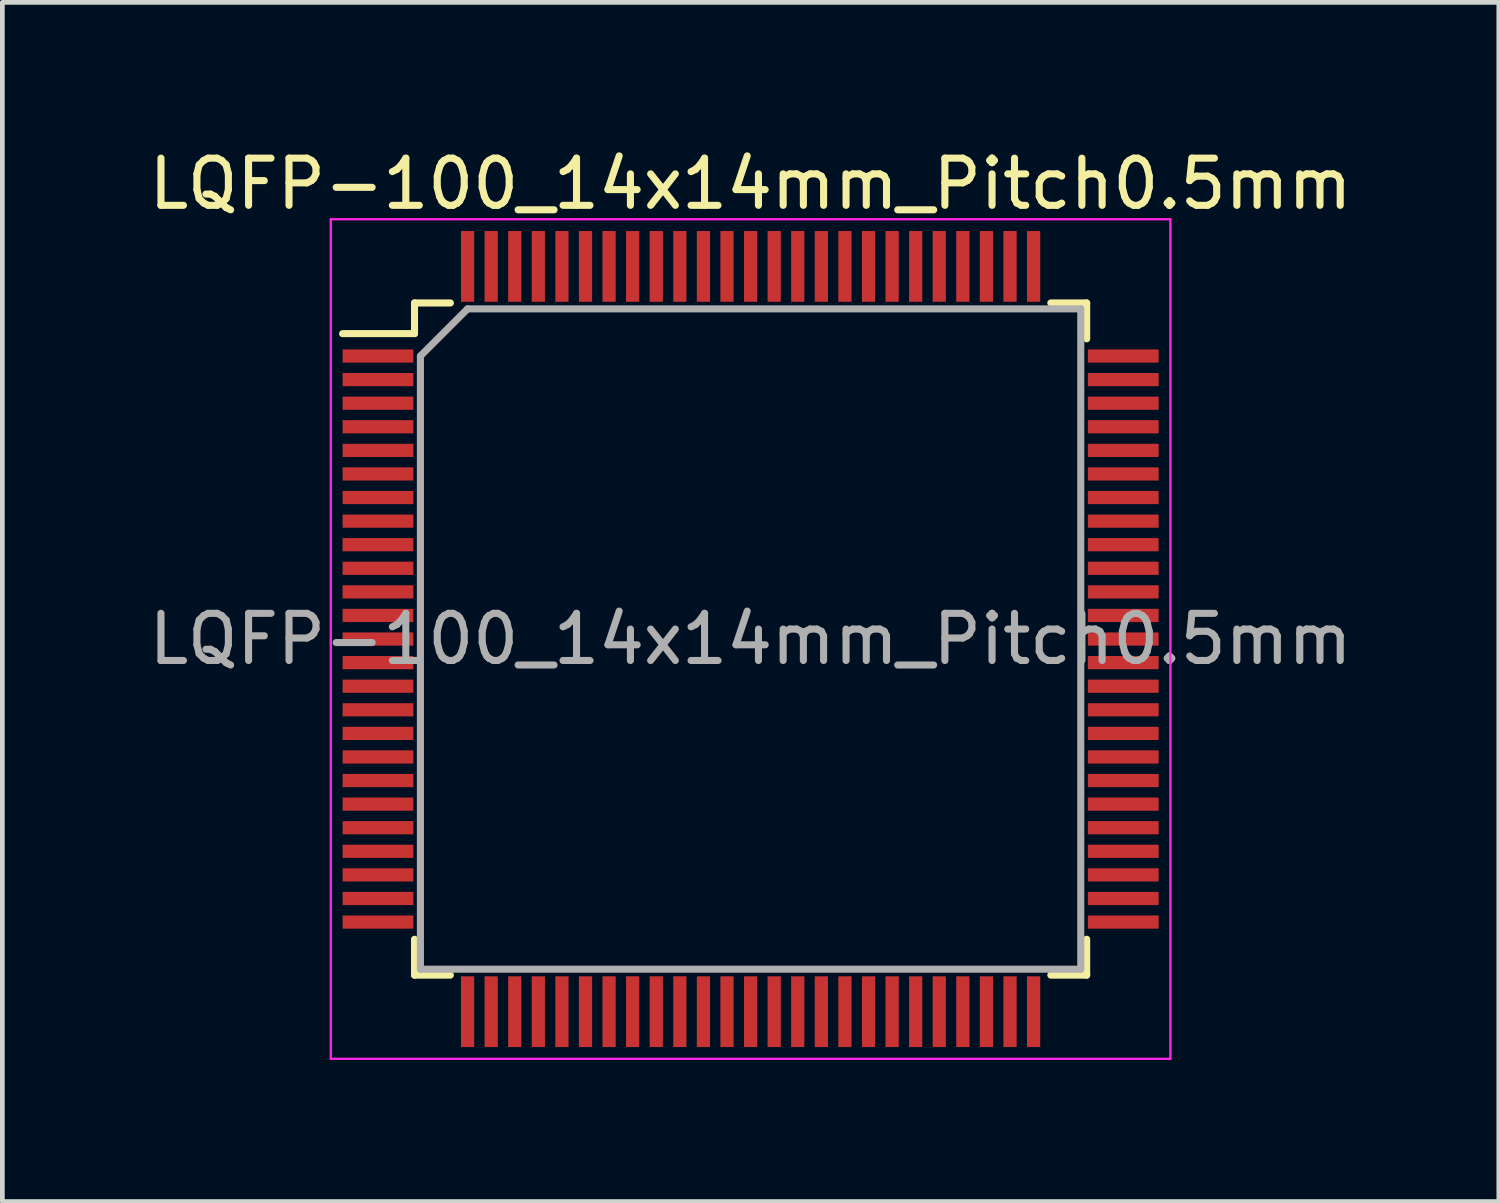
<source format=kicad_pcb>
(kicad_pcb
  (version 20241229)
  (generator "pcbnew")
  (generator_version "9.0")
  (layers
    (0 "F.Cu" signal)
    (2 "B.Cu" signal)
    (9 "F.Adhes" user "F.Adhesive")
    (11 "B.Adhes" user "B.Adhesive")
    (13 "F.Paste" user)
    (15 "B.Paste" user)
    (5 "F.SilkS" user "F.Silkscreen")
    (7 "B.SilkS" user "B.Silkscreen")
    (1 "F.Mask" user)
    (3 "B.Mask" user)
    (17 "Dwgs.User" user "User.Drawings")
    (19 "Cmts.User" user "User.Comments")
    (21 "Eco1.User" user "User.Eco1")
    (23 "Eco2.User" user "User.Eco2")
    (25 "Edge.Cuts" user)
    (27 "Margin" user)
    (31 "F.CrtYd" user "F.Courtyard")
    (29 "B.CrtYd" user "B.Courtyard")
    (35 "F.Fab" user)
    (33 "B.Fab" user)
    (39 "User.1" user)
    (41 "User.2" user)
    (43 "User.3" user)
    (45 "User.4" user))
  (footprint "LQFP-100_14x14mm_Pitch0.5mm"
    (layer "F.Cu")
    (at 12.863 10.498)
    (property "Reference" "LQFP-100_14x14mm_Pitch0.5mm" (at 0 -9.65 0) (layer "F.SilkS") (effects (font (size 1 1) (thickness 0.15))))
    (attr smd)
    (fp_line (start -7.125 -7.125) (end -7.125 -6.475) (stroke (width 0.15) (type solid)) (layer "F.SilkS"))
    (fp_line (start -7.125 -7.125) (end -6.365 -7.125) (stroke (width 0.15) (type solid)) (layer "F.SilkS"))
    (fp_line (start -7.125 -6.475) (end -8.65 -6.475) (stroke (width 0.15) (type solid)) (layer "F.SilkS"))
    (fp_line (start -7.125 7.125) (end -7.125 6.365) (stroke (width 0.15) (type solid)) (layer "F.SilkS"))
    (fp_line (start -7.125 7.125) (end -6.365 7.125) (stroke (width 0.15) (type solid)) (layer "F.SilkS"))
    (fp_line (start 7.125 -7.125) (end 6.365 -7.125) (stroke (width 0.15) (type solid)) (layer "F.SilkS"))
    (fp_line (start 7.125 -7.125) (end 7.125 -6.365) (stroke (width 0.15) (type solid)) (layer "F.SilkS"))
    (fp_line (start 7.125 7.125) (end 6.365 7.125) (stroke (width 0.15) (type solid)) (layer "F.SilkS"))
    (fp_line (start 7.125 7.125) (end 7.125 6.365) (stroke (width 0.15) (type solid)) (layer "F.SilkS"))
    (fp_line (start -8.9 -8.9) (end -8.9 8.9) (stroke (width 0.05) (type solid)) (layer "F.CrtYd"))
    (fp_line (start -8.9 -8.9) (end 8.9 -8.9) (stroke (width 0.05) (type solid)) (layer "F.CrtYd"))
    (fp_line (start -8.9 8.9) (end 8.9 8.9) (stroke (width 0.05) (type solid)) (layer "F.CrtYd"))
    (fp_line (start 8.9 -8.9) (end 8.9 8.9) (stroke (width 0.05) (type solid)) (layer "F.CrtYd"))
    (fp_line (start -7 -6) (end -6 -7) (stroke (width 0.15) (type solid)) (layer "F.Fab"))
    (fp_line (start -7 7) (end -7 -6) (stroke (width 0.15) (type solid)) (layer "F.Fab"))
    (fp_line (start -6 -7) (end 7 -7) (stroke (width 0.15) (type solid)) (layer "F.Fab"))
    (fp_line (start 7 -7) (end 7 7) (stroke (width 0.15) (type solid)) (layer "F.Fab"))
    (fp_line (start 7 7) (end -7 7) (stroke (width 0.15) (type solid)) (layer "F.Fab"))
    (fp_text user "${REFERENCE}" (at 0 0 0) (layer "F.Fab") (effects (font (size 1 1) (thickness 0.15))))
    (pad "1" smd rect (at -7.9 -6) (size 1.5 0.28) (layers "F.Cu" "F.Mask" "F.Paste"))
    (pad "2" smd rect (at -7.9 -5.5) (size 1.5 0.28) (layers "F.Cu" "F.Mask" "F.Paste"))
    (pad "3" smd rect (at -7.9 -5) (size 1.5 0.28) (layers "F.Cu" "F.Mask" "F.Paste"))
    (pad "4" smd rect (at -7.9 -4.5) (size 1.5 0.28) (layers "F.Cu" "F.Mask" "F.Paste"))
    (pad "5" smd rect (at -7.9 -4) (size 1.5 0.28) (layers "F.Cu" "F.Mask" "F.Paste"))
    (pad "6" smd rect (at -7.9 -3.5) (size 1.5 0.28) (layers "F.Cu" "F.Mask" "F.Paste"))
    (pad "7" smd rect (at -7.9 -3) (size 1.5 0.28) (layers "F.Cu" "F.Mask" "F.Paste"))
    (pad "8" smd rect (at -7.9 -2.5) (size 1.5 0.28) (layers "F.Cu" "F.Mask" "F.Paste"))
    (pad "9" smd rect (at -7.9 -2) (size 1.5 0.28) (layers "F.Cu" "F.Mask" "F.Paste"))
    (pad "10" smd rect (at -7.9 -1.5) (size 1.5 0.28) (layers "F.Cu" "F.Mask" "F.Paste"))
    (pad "11" smd rect (at -7.9 -1) (size 1.5 0.28) (layers "F.Cu" "F.Mask" "F.Paste"))
    (pad "12" smd rect (at -7.9 -0.5) (size 1.5 0.28) (layers "F.Cu" "F.Mask" "F.Paste"))
    (pad "13" smd rect (at -7.9 0) (size 1.5 0.28) (layers "F.Cu" "F.Mask" "F.Paste"))
    (pad "14" smd rect (at -7.9 0.5) (size 1.5 0.28) (layers "F.Cu" "F.Mask" "F.Paste"))
    (pad "15" smd rect (at -7.9 1) (size 1.5 0.28) (layers "F.Cu" "F.Mask" "F.Paste"))
    (pad "16" smd rect (at -7.9 1.5) (size 1.5 0.28) (layers "F.Cu" "F.Mask" "F.Paste"))
    (pad "17" smd rect (at -7.9 2) (size 1.5 0.28) (layers "F.Cu" "F.Mask" "F.Paste"))
    (pad "18" smd rect (at -7.9 2.5) (size 1.5 0.28) (layers "F.Cu" "F.Mask" "F.Paste"))
    (pad "19" smd rect (at -7.9 3) (size 1.5 0.28) (layers "F.Cu" "F.Mask" "F.Paste"))
    (pad "20" smd rect (at -7.9 3.5) (size 1.5 0.28) (layers "F.Cu" "F.Mask" "F.Paste"))
    (pad "21" smd rect (at -7.9 4) (size 1.5 0.28) (layers "F.Cu" "F.Mask" "F.Paste"))
    (pad "22" smd rect (at -7.9 4.5) (size 1.5 0.28) (layers "F.Cu" "F.Mask" "F.Paste"))
    (pad "23" smd rect (at -7.9 5) (size 1.5 0.28) (layers "F.Cu" "F.Mask" "F.Paste"))
    (pad "24" smd rect (at -7.9 5.5) (size 1.5 0.28) (layers "F.Cu" "F.Mask" "F.Paste"))
    (pad "25" smd rect (at -7.9 6) (size 1.5 0.28) (layers "F.Cu" "F.Mask" "F.Paste"))
    (pad "26" smd rect (at -6 7.9 90) (size 1.5 0.28) (layers "F.Cu" "F.Mask" "F.Paste"))
    (pad "27" smd rect (at -5.5 7.9 90) (size 1.5 0.28) (layers "F.Cu" "F.Mask" "F.Paste"))
    (pad "28" smd rect (at -5 7.9 90) (size 1.5 0.28) (layers "F.Cu" "F.Mask" "F.Paste"))
    (pad "29" smd rect (at -4.5 7.9 90) (size 1.5 0.28) (layers "F.Cu" "F.Mask" "F.Paste"))
    (pad "30" smd rect (at -4 7.9 90) (size 1.5 0.28) (layers "F.Cu" "F.Mask" "F.Paste"))
    (pad "31" smd rect (at -3.5 7.9 90) (size 1.5 0.28) (layers "F.Cu" "F.Mask" "F.Paste"))
    (pad "32" smd rect (at -3 7.9 90) (size 1.5 0.28) (layers "F.Cu" "F.Mask" "F.Paste"))
    (pad "33" smd rect (at -2.5 7.9 90) (size 1.5 0.28) (layers "F.Cu" "F.Mask" "F.Paste"))
    (pad "34" smd rect (at -2 7.9 90) (size 1.5 0.28) (layers "F.Cu" "F.Mask" "F.Paste"))
    (pad "35" smd rect (at -1.5 7.9 90) (size 1.5 0.28) (layers "F.Cu" "F.Mask" "F.Paste"))
    (pad "36" smd rect (at -1 7.9 90) (size 1.5 0.28) (layers "F.Cu" "F.Mask" "F.Paste"))
    (pad "37" smd rect (at -0.5 7.9 90) (size 1.5 0.28) (layers "F.Cu" "F.Mask" "F.Paste"))
    (pad "38" smd rect (at 0 7.9 90) (size 1.5 0.28) (layers "F.Cu" "F.Mask" "F.Paste"))
    (pad "39" smd rect (at 0.5 7.9 90) (size 1.5 0.28) (layers "F.Cu" "F.Mask" "F.Paste"))
    (pad "40" smd rect (at 1 7.9 90) (size 1.5 0.28) (layers "F.Cu" "F.Mask" "F.Paste"))
    (pad "41" smd rect (at 1.5 7.9 90) (size 1.5 0.28) (layers "F.Cu" "F.Mask" "F.Paste"))
    (pad "42" smd rect (at 2 7.9 90) (size 1.5 0.28) (layers "F.Cu" "F.Mask" "F.Paste"))
    (pad "43" smd rect (at 2.5 7.9 90) (size 1.5 0.28) (layers "F.Cu" "F.Mask" "F.Paste"))
    (pad "44" smd rect (at 3 7.9 90) (size 1.5 0.28) (layers "F.Cu" "F.Mask" "F.Paste"))
    (pad "45" smd rect (at 3.5 7.9 90) (size 1.5 0.28) (layers "F.Cu" "F.Mask" "F.Paste"))
    (pad "46" smd rect (at 4 7.9 90) (size 1.5 0.28) (layers "F.Cu" "F.Mask" "F.Paste"))
    (pad "47" smd rect (at 4.5 7.9 90) (size 1.5 0.28) (layers "F.Cu" "F.Mask" "F.Paste"))
    (pad "48" smd rect (at 5 7.9 90) (size 1.5 0.28) (layers "F.Cu" "F.Mask" "F.Paste"))
    (pad "49" smd rect (at 5.5 7.9 90) (size 1.5 0.28) (layers "F.Cu" "F.Mask" "F.Paste"))
    (pad "50" smd rect (at 6 7.9 90) (size 1.5 0.28) (layers "F.Cu" "F.Mask" "F.Paste"))
    (pad "51" smd rect (at 7.9 6) (size 1.5 0.28) (layers "F.Cu" "F.Mask" "F.Paste"))
    (pad "52" smd rect (at 7.9 5.5) (size 1.5 0.28) (layers "F.Cu" "F.Mask" "F.Paste"))
    (pad "53" smd rect (at 7.9 5) (size 1.5 0.28) (layers "F.Cu" "F.Mask" "F.Paste"))
    (pad "54" smd rect (at 7.9 4.5) (size 1.5 0.28) (layers "F.Cu" "F.Mask" "F.Paste"))
    (pad "55" smd rect (at 7.9 4) (size 1.5 0.28) (layers "F.Cu" "F.Mask" "F.Paste"))
    (pad "56" smd rect (at 7.9 3.5) (size 1.5 0.28) (layers "F.Cu" "F.Mask" "F.Paste"))
    (pad "57" smd rect (at 7.9 3) (size 1.5 0.28) (layers "F.Cu" "F.Mask" "F.Paste"))
    (pad "58" smd rect (at 7.9 2.5) (size 1.5 0.28) (layers "F.Cu" "F.Mask" "F.Paste"))
    (pad "59" smd rect (at 7.9 2) (size 1.5 0.28) (layers "F.Cu" "F.Mask" "F.Paste"))
    (pad "60" smd rect (at 7.9 1.5) (size 1.5 0.28) (layers "F.Cu" "F.Mask" "F.Paste"))
    (pad "61" smd rect (at 7.9 1) (size 1.5 0.28) (layers "F.Cu" "F.Mask" "F.Paste"))
    (pad "62" smd rect (at 7.9 0.5) (size 1.5 0.28) (layers "F.Cu" "F.Mask" "F.Paste"))
    (pad "63" smd rect (at 7.9 0) (size 1.5 0.28) (layers "F.Cu" "F.Mask" "F.Paste"))
    (pad "64" smd rect (at 7.9 -0.5) (size 1.5 0.28) (layers "F.Cu" "F.Mask" "F.Paste"))
    (pad "65" smd rect (at 7.9 -1) (size 1.5 0.28) (layers "F.Cu" "F.Mask" "F.Paste"))
    (pad "66" smd rect (at 7.9 -1.5) (size 1.5 0.28) (layers "F.Cu" "F.Mask" "F.Paste"))
    (pad "67" smd rect (at 7.9 -2) (size 1.5 0.28) (layers "F.Cu" "F.Mask" "F.Paste"))
    (pad "68" smd rect (at 7.9 -2.5) (size 1.5 0.28) (layers "F.Cu" "F.Mask" "F.Paste"))
    (pad "69" smd rect (at 7.9 -3) (size 1.5 0.28) (layers "F.Cu" "F.Mask" "F.Paste"))
    (pad "70" smd rect (at 7.9 -3.5) (size 1.5 0.28) (layers "F.Cu" "F.Mask" "F.Paste"))
    (pad "71" smd rect (at 7.9 -4) (size 1.5 0.28) (layers "F.Cu" "F.Mask" "F.Paste"))
    (pad "72" smd rect (at 7.9 -4.5) (size 1.5 0.28) (layers "F.Cu" "F.Mask" "F.Paste"))
    (pad "73" smd rect (at 7.9 -5) (size 1.5 0.28) (layers "F.Cu" "F.Mask" "F.Paste"))
    (pad "74" smd rect (at 7.9 -5.5) (size 1.5 0.28) (layers "F.Cu" "F.Mask" "F.Paste"))
    (pad "75" smd rect (at 7.9 -6) (size 1.5 0.28) (layers "F.Cu" "F.Mask" "F.Paste"))
    (pad "76" smd rect (at 6 -7.9 90) (size 1.5 0.28) (layers "F.Cu" "F.Mask" "F.Paste"))
    (pad "77" smd rect (at 5.5 -7.9 90) (size 1.5 0.28) (layers "F.Cu" "F.Mask" "F.Paste"))
    (pad "78" smd rect (at 5 -7.9 90) (size 1.5 0.28) (layers "F.Cu" "F.Mask" "F.Paste"))
    (pad "79" smd rect (at 4.5 -7.9 90) (size 1.5 0.28) (layers "F.Cu" "F.Mask" "F.Paste"))
    (pad "80" smd rect (at 4 -7.9 90) (size 1.5 0.28) (layers "F.Cu" "F.Mask" "F.Paste"))
    (pad "81" smd rect (at 3.5 -7.9 90) (size 1.5 0.28) (layers "F.Cu" "F.Mask" "F.Paste"))
    (pad "82" smd rect (at 3 -7.9 90) (size 1.5 0.28) (layers "F.Cu" "F.Mask" "F.Paste"))
    (pad "83" smd rect (at 2.5 -7.9 90) (size 1.5 0.28) (layers "F.Cu" "F.Mask" "F.Paste"))
    (pad "84" smd rect (at 2 -7.9 90) (size 1.5 0.28) (layers "F.Cu" "F.Mask" "F.Paste"))
    (pad "85" smd rect (at 1.5 -7.9 90) (size 1.5 0.28) (layers "F.Cu" "F.Mask" "F.Paste"))
    (pad "86" smd rect (at 1 -7.9 90) (size 1.5 0.28) (layers "F.Cu" "F.Mask" "F.Paste"))
    (pad "87" smd rect (at 0.5 -7.9 90) (size 1.5 0.28) (layers "F.Cu" "F.Mask" "F.Paste"))
    (pad "88" smd rect (at 0 -7.9 90) (size 1.5 0.28) (layers "F.Cu" "F.Mask" "F.Paste"))
    (pad "89" smd rect (at -0.5 -7.9 90) (size 1.5 0.28) (layers "F.Cu" "F.Mask" "F.Paste"))
    (pad "90" smd rect (at -1 -7.9 90) (size 1.5 0.28) (layers "F.Cu" "F.Mask" "F.Paste"))
    (pad "91" smd rect (at -1.5 -7.9 90) (size 1.5 0.28) (layers "F.Cu" "F.Mask" "F.Paste"))
    (pad "92" smd rect (at -2 -7.9 90) (size 1.5 0.28) (layers "F.Cu" "F.Mask" "F.Paste"))
    (pad "93" smd rect (at -2.5 -7.9 90) (size 1.5 0.28) (layers "F.Cu" "F.Mask" "F.Paste"))
    (pad "94" smd rect (at -3 -7.9 90) (size 1.5 0.28) (layers "F.Cu" "F.Mask" "F.Paste"))
    (pad "95" smd rect (at -3.5 -7.9 90) (size 1.5 0.28) (layers "F.Cu" "F.Mask" "F.Paste"))
    (pad "96" smd rect (at -4 -7.9 90) (size 1.5 0.28) (layers "F.Cu" "F.Mask" "F.Paste"))
    (pad "97" smd rect (at -4.5 -7.9 90) (size 1.5 0.28) (layers "F.Cu" "F.Mask" "F.Paste"))
    (pad "98" smd rect (at -5 -7.9 90) (size 1.5 0.28) (layers "F.Cu" "F.Mask" "F.Paste"))
    (pad "99" smd rect (at -5.5 -7.9 90) (size 1.5 0.28) (layers "F.Cu" "F.Mask" "F.Paste"))
    (pad "100" smd rect (at -6 -7.9 90) (size 1.5 0.28) (layers "F.Cu" "F.Mask" "F.Paste")))
  (gr_rect
    (start -3 -3)
    (end 28.726 22.423)
    (stroke (width 0.1) (type default))
    (fill no)
    (layer "Edge.Cuts")))
</source>
